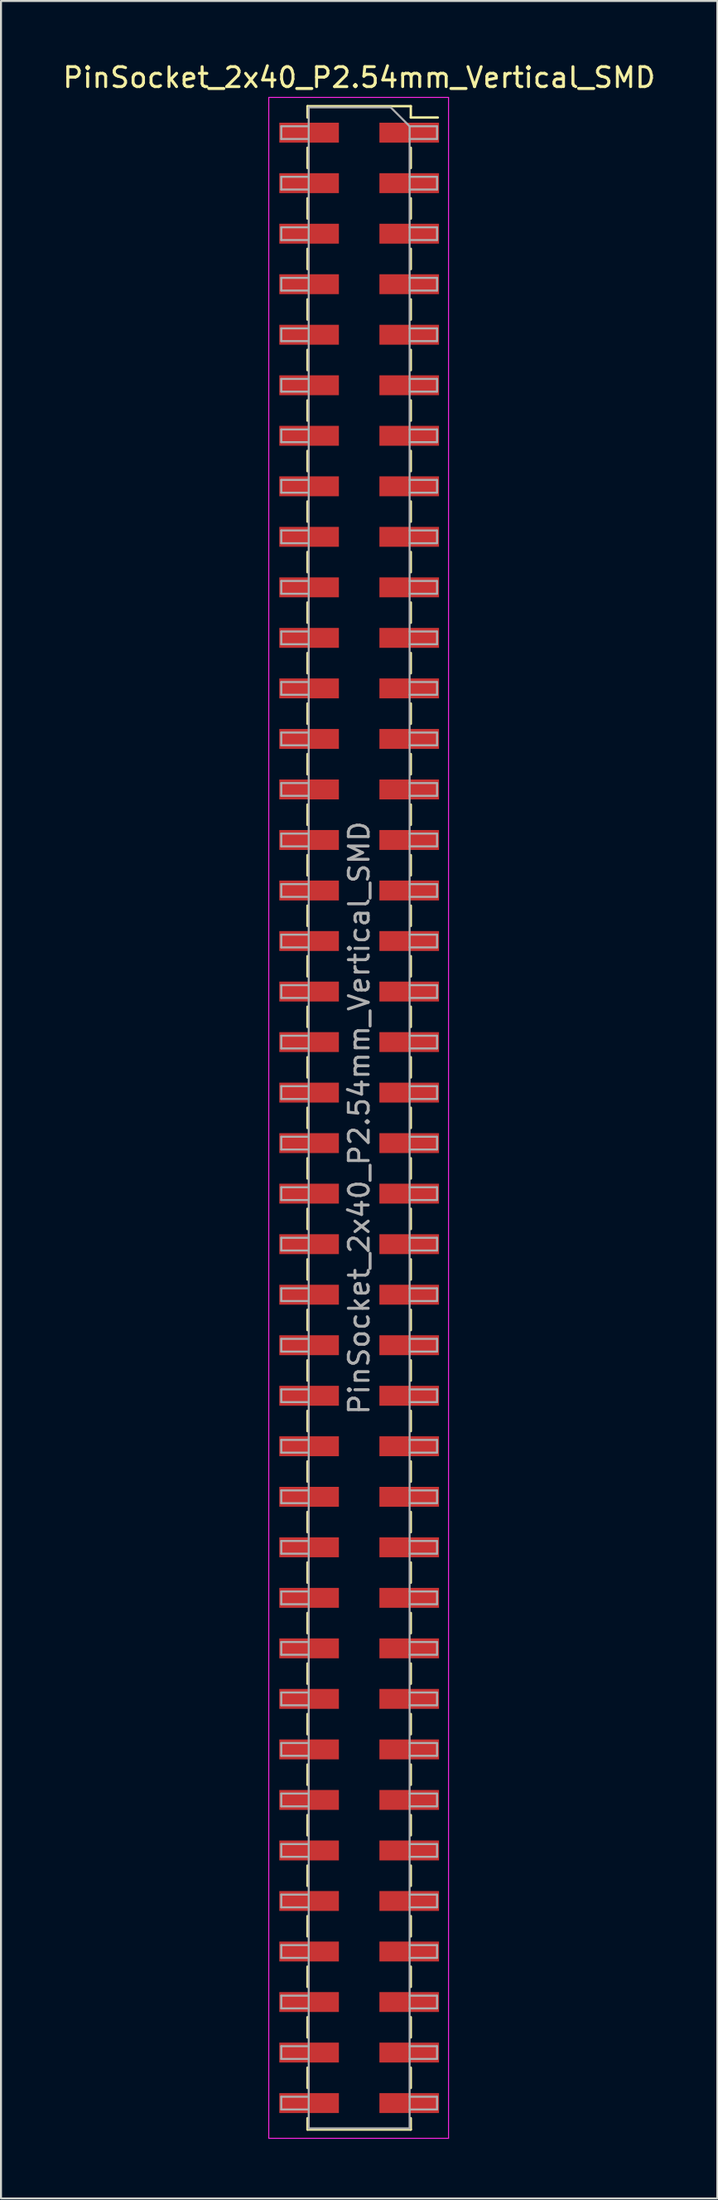
<source format=kicad_pcb>
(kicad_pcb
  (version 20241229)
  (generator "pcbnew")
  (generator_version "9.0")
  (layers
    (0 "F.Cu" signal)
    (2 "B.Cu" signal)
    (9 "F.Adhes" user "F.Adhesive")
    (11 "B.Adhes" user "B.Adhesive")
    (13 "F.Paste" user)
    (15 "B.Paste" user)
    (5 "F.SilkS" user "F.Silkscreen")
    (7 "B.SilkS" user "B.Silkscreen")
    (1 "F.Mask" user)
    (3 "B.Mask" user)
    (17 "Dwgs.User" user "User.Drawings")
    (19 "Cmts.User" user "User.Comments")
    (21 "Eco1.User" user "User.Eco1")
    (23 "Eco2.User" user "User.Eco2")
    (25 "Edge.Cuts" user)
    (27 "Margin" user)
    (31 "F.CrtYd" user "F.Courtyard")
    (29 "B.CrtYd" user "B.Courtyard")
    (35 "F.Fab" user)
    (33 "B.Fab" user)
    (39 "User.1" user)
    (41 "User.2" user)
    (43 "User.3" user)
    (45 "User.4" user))
  (footprint "PinSocket_2x40_P2.54mm_Vertical_SMD"
    (layer "F.Cu")
    (at 15.03 53.148)
    (property "Reference" "PinSocket_2x40_P2.54mm_Vertical_SMD" (at 0 -52.3 0) (layer "F.SilkS") (effects (font (size 1 1) (thickness 0.15))))
    (attr smd)
    (fp_line (start -2.6 -50.86) (end -2.6 -50.29) (stroke (width 0.12) (type solid)) (layer "F.SilkS"))
    (fp_line (start -2.6 -50.86) (end 2.6 -50.86) (stroke (width 0.12) (type solid)) (layer "F.SilkS"))
    (fp_line (start -2.6 -48.77) (end -2.6 -47.75) (stroke (width 0.12) (type solid)) (layer "F.SilkS"))
    (fp_line (start -2.6 -46.23) (end -2.6 -45.21) (stroke (width 0.12) (type solid)) (layer "F.SilkS"))
    (fp_line (start -2.6 -43.69) (end -2.6 -42.67) (stroke (width 0.12) (type solid)) (layer "F.SilkS"))
    (fp_line (start -2.6 -41.15) (end -2.6 -40.13) (stroke (width 0.12) (type solid)) (layer "F.SilkS"))
    (fp_line (start -2.6 -38.61) (end -2.6 -37.59) (stroke (width 0.12) (type solid)) (layer "F.SilkS"))
    (fp_line (start -2.6 -36.07) (end -2.6 -35.05) (stroke (width 0.12) (type solid)) (layer "F.SilkS"))
    (fp_line (start -2.6 -33.53) (end -2.6 -32.51) (stroke (width 0.12) (type solid)) (layer "F.SilkS"))
    (fp_line (start -2.6 -30.99) (end -2.6 -29.97) (stroke (width 0.12) (type solid)) (layer "F.SilkS"))
    (fp_line (start -2.6 -28.45) (end -2.6 -27.43) (stroke (width 0.12) (type solid)) (layer "F.SilkS"))
    (fp_line (start -2.6 -25.91) (end -2.6 -24.89) (stroke (width 0.12) (type solid)) (layer "F.SilkS"))
    (fp_line (start -2.6 -23.37) (end -2.6 -22.35) (stroke (width 0.12) (type solid)) (layer "F.SilkS"))
    (fp_line (start -2.6 -20.83) (end -2.6 -19.81) (stroke (width 0.12) (type solid)) (layer "F.SilkS"))
    (fp_line (start -2.6 -18.29) (end -2.6 -17.27) (stroke (width 0.12) (type solid)) (layer "F.SilkS"))
    (fp_line (start -2.6 -15.75) (end -2.6 -14.73) (stroke (width 0.12) (type solid)) (layer "F.SilkS"))
    (fp_line (start -2.6 -13.21) (end -2.6 -12.19) (stroke (width 0.12) (type solid)) (layer "F.SilkS"))
    (fp_line (start -2.6 -10.67) (end -2.6 -9.65) (stroke (width 0.12) (type solid)) (layer "F.SilkS"))
    (fp_line (start -2.6 -8.13) (end -2.6 -7.11) (stroke (width 0.12) (type solid)) (layer "F.SilkS"))
    (fp_line (start -2.6 -5.59) (end -2.6 -4.57) (stroke (width 0.12) (type solid)) (layer "F.SilkS"))
    (fp_line (start -2.6 -3.05) (end -2.6 -2.03) (stroke (width 0.12) (type solid)) (layer "F.SilkS"))
    (fp_line (start -2.6 -0.51) (end -2.6 0.51) (stroke (width 0.12) (type solid)) (layer "F.SilkS"))
    (fp_line (start -2.6 2.03) (end -2.6 3.05) (stroke (width 0.12) (type solid)) (layer "F.SilkS"))
    (fp_line (start -2.6 4.57) (end -2.6 5.59) (stroke (width 0.12) (type solid)) (layer "F.SilkS"))
    (fp_line (start -2.6 7.11) (end -2.6 8.13) (stroke (width 0.12) (type solid)) (layer "F.SilkS"))
    (fp_line (start -2.6 9.65) (end -2.6 10.67) (stroke (width 0.12) (type solid)) (layer "F.SilkS"))
    (fp_line (start -2.6 12.19) (end -2.6 13.21) (stroke (width 0.12) (type solid)) (layer "F.SilkS"))
    (fp_line (start -2.6 14.73) (end -2.6 15.75) (stroke (width 0.12) (type solid)) (layer "F.SilkS"))
    (fp_line (start -2.6 17.27) (end -2.6 18.29) (stroke (width 0.12) (type solid)) (layer "F.SilkS"))
    (fp_line (start -2.6 19.81) (end -2.6 20.83) (stroke (width 0.12) (type solid)) (layer "F.SilkS"))
    (fp_line (start -2.6 22.35) (end -2.6 23.37) (stroke (width 0.12) (type solid)) (layer "F.SilkS"))
    (fp_line (start -2.6 24.89) (end -2.6 25.91) (stroke (width 0.12) (type solid)) (layer "F.SilkS"))
    (fp_line (start -2.6 27.43) (end -2.6 28.45) (stroke (width 0.12) (type solid)) (layer "F.SilkS"))
    (fp_line (start -2.6 29.97) (end -2.6 30.99) (stroke (width 0.12) (type solid)) (layer "F.SilkS"))
    (fp_line (start -2.6 32.51) (end -2.6 33.53) (stroke (width 0.12) (type solid)) (layer "F.SilkS"))
    (fp_line (start -2.6 35.05) (end -2.6 36.07) (stroke (width 0.12) (type solid)) (layer "F.SilkS"))
    (fp_line (start -2.6 37.59) (end -2.6 38.61) (stroke (width 0.12) (type solid)) (layer "F.SilkS"))
    (fp_line (start -2.6 40.13) (end -2.6 41.15) (stroke (width 0.12) (type solid)) (layer "F.SilkS"))
    (fp_line (start -2.6 42.67) (end -2.6 43.69) (stroke (width 0.12) (type solid)) (layer "F.SilkS"))
    (fp_line (start -2.6 45.21) (end -2.6 46.23) (stroke (width 0.12) (type solid)) (layer "F.SilkS"))
    (fp_line (start -2.6 47.75) (end -2.6 48.77) (stroke (width 0.12) (type solid)) (layer "F.SilkS"))
    (fp_line (start -2.6 50.29) (end -2.6 50.86) (stroke (width 0.12) (type solid)) (layer "F.SilkS"))
    (fp_line (start -2.6 50.86) (end 2.6 50.86) (stroke (width 0.12) (type solid)) (layer "F.SilkS"))
    (fp_line (start 2.6 -50.86) (end 2.6 -50.29) (stroke (width 0.12) (type solid)) (layer "F.SilkS"))
    (fp_line (start 2.6 -50.29) (end 3.96 -50.29) (stroke (width 0.12) (type solid)) (layer "F.SilkS"))
    (fp_line (start 2.6 -48.77) (end 2.6 -47.75) (stroke (width 0.12) (type solid)) (layer "F.SilkS"))
    (fp_line (start 2.6 -46.23) (end 2.6 -45.21) (stroke (width 0.12) (type solid)) (layer "F.SilkS"))
    (fp_line (start 2.6 -43.69) (end 2.6 -42.67) (stroke (width 0.12) (type solid)) (layer "F.SilkS"))
    (fp_line (start 2.6 -41.15) (end 2.6 -40.13) (stroke (width 0.12) (type solid)) (layer "F.SilkS"))
    (fp_line (start 2.6 -38.61) (end 2.6 -37.59) (stroke (width 0.12) (type solid)) (layer "F.SilkS"))
    (fp_line (start 2.6 -36.07) (end 2.6 -35.05) (stroke (width 0.12) (type solid)) (layer "F.SilkS"))
    (fp_line (start 2.6 -33.53) (end 2.6 -32.51) (stroke (width 0.12) (type solid)) (layer "F.SilkS"))
    (fp_line (start 2.6 -30.99) (end 2.6 -29.97) (stroke (width 0.12) (type solid)) (layer "F.SilkS"))
    (fp_line (start 2.6 -28.45) (end 2.6 -27.43) (stroke (width 0.12) (type solid)) (layer "F.SilkS"))
    (fp_line (start 2.6 -25.91) (end 2.6 -24.89) (stroke (width 0.12) (type solid)) (layer "F.SilkS"))
    (fp_line (start 2.6 -23.37) (end 2.6 -22.35) (stroke (width 0.12) (type solid)) (layer "F.SilkS"))
    (fp_line (start 2.6 -20.83) (end 2.6 -19.81) (stroke (width 0.12) (type solid)) (layer "F.SilkS"))
    (fp_line (start 2.6 -18.29) (end 2.6 -17.27) (stroke (width 0.12) (type solid)) (layer "F.SilkS"))
    (fp_line (start 2.6 -15.75) (end 2.6 -14.73) (stroke (width 0.12) (type solid)) (layer "F.SilkS"))
    (fp_line (start 2.6 -13.21) (end 2.6 -12.19) (stroke (width 0.12) (type solid)) (layer "F.SilkS"))
    (fp_line (start 2.6 -10.67) (end 2.6 -9.65) (stroke (width 0.12) (type solid)) (layer "F.SilkS"))
    (fp_line (start 2.6 -8.13) (end 2.6 -7.11) (stroke (width 0.12) (type solid)) (layer "F.SilkS"))
    (fp_line (start 2.6 -5.59) (end 2.6 -4.57) (stroke (width 0.12) (type solid)) (layer "F.SilkS"))
    (fp_line (start 2.6 -3.05) (end 2.6 -2.03) (stroke (width 0.12) (type solid)) (layer "F.SilkS"))
    (fp_line (start 2.6 -0.51) (end 2.6 0.51) (stroke (width 0.12) (type solid)) (layer "F.SilkS"))
    (fp_line (start 2.6 2.03) (end 2.6 3.05) (stroke (width 0.12) (type solid)) (layer "F.SilkS"))
    (fp_line (start 2.6 4.57) (end 2.6 5.59) (stroke (width 0.12) (type solid)) (layer "F.SilkS"))
    (fp_line (start 2.6 7.11) (end 2.6 8.13) (stroke (width 0.12) (type solid)) (layer "F.SilkS"))
    (fp_line (start 2.6 9.65) (end 2.6 10.67) (stroke (width 0.12) (type solid)) (layer "F.SilkS"))
    (fp_line (start 2.6 12.19) (end 2.6 13.21) (stroke (width 0.12) (type solid)) (layer "F.SilkS"))
    (fp_line (start 2.6 14.73) (end 2.6 15.75) (stroke (width 0.12) (type solid)) (layer "F.SilkS"))
    (fp_line (start 2.6 17.27) (end 2.6 18.29) (stroke (width 0.12) (type solid)) (layer "F.SilkS"))
    (fp_line (start 2.6 19.81) (end 2.6 20.83) (stroke (width 0.12) (type solid)) (layer "F.SilkS"))
    (fp_line (start 2.6 22.35) (end 2.6 23.37) (stroke (width 0.12) (type solid)) (layer "F.SilkS"))
    (fp_line (start 2.6 24.89) (end 2.6 25.91) (stroke (width 0.12) (type solid)) (layer "F.SilkS"))
    (fp_line (start 2.6 27.43) (end 2.6 28.45) (stroke (width 0.12) (type solid)) (layer "F.SilkS"))
    (fp_line (start 2.6 29.97) (end 2.6 30.99) (stroke (width 0.12) (type solid)) (layer "F.SilkS"))
    (fp_line (start 2.6 32.51) (end 2.6 33.53) (stroke (width 0.12) (type solid)) (layer "F.SilkS"))
    (fp_line (start 2.6 35.05) (end 2.6 36.07) (stroke (width 0.12) (type solid)) (layer "F.SilkS"))
    (fp_line (start 2.6 37.59) (end 2.6 38.61) (stroke (width 0.12) (type solid)) (layer "F.SilkS"))
    (fp_line (start 2.6 40.13) (end 2.6 41.15) (stroke (width 0.12) (type solid)) (layer "F.SilkS"))
    (fp_line (start 2.6 42.67) (end 2.6 43.69) (stroke (width 0.12) (type solid)) (layer "F.SilkS"))
    (fp_line (start 2.6 45.21) (end 2.6 46.23) (stroke (width 0.12) (type solid)) (layer "F.SilkS"))
    (fp_line (start 2.6 47.75) (end 2.6 48.77) (stroke (width 0.12) (type solid)) (layer "F.SilkS"))
    (fp_line (start 2.6 50.29) (end 2.6 50.86) (stroke (width 0.12) (type solid)) (layer "F.SilkS"))
    (fp_line (start -4.55 -51.3) (end 4.5 -51.3) (stroke (width 0.05) (type solid)) (layer "F.CrtYd"))
    (fp_line (start -4.55 51.3) (end -4.55 -51.3) (stroke (width 0.05) (type solid)) (layer "F.CrtYd"))
    (fp_line (start 4.5 -51.3) (end 4.5 51.3) (stroke (width 0.05) (type solid)) (layer "F.CrtYd"))
    (fp_line (start 4.5 51.3) (end -4.55 51.3) (stroke (width 0.05) (type solid)) (layer "F.CrtYd"))
    (fp_line (start -3.92 -49.85) (end -2.54 -49.85) (stroke (width 0.1) (type solid)) (layer "F.Fab"))
    (fp_line (start -3.92 -49.21) (end -3.92 -49.85) (stroke (width 0.1) (type solid)) (layer "F.Fab"))
    (fp_line (start -3.92 -47.31) (end -2.54 -47.31) (stroke (width 0.1) (type solid)) (layer "F.Fab"))
    (fp_line (start -3.92 -46.67) (end -3.92 -47.31) (stroke (width 0.1) (type solid)) (layer "F.Fab"))
    (fp_line (start -3.92 -44.77) (end -2.54 -44.77) (stroke (width 0.1) (type solid)) (layer "F.Fab"))
    (fp_line (start -3.92 -44.13) (end -3.92 -44.77) (stroke (width 0.1) (type solid)) (layer "F.Fab"))
    (fp_line (start -3.92 -42.23) (end -2.54 -42.23) (stroke (width 0.1) (type solid)) (layer "F.Fab"))
    (fp_line (start -3.92 -41.59) (end -3.92 -42.23) (stroke (width 0.1) (type solid)) (layer "F.Fab"))
    (fp_line (start -3.92 -39.69) (end -2.54 -39.69) (stroke (width 0.1) (type solid)) (layer "F.Fab"))
    (fp_line (start -3.92 -39.05) (end -3.92 -39.69) (stroke (width 0.1) (type solid)) (layer "F.Fab"))
    (fp_line (start -3.92 -37.15) (end -2.54 -37.15) (stroke (width 0.1) (type solid)) (layer "F.Fab"))
    (fp_line (start -3.92 -36.51) (end -3.92 -37.15) (stroke (width 0.1) (type solid)) (layer "F.Fab"))
    (fp_line (start -3.92 -34.61) (end -2.54 -34.61) (stroke (width 0.1) (type solid)) (layer "F.Fab"))
    (fp_line (start -3.92 -33.97) (end -3.92 -34.61) (stroke (width 0.1) (type solid)) (layer "F.Fab"))
    (fp_line (start -3.92 -32.07) (end -2.54 -32.07) (stroke (width 0.1) (type solid)) (layer "F.Fab"))
    (fp_line (start -3.92 -31.43) (end -3.92 -32.07) (stroke (width 0.1) (type solid)) (layer "F.Fab"))
    (fp_line (start -3.92 -29.53) (end -2.54 -29.53) (stroke (width 0.1) (type solid)) (layer "F.Fab"))
    (fp_line (start -3.92 -28.89) (end -3.92 -29.53) (stroke (width 0.1) (type solid)) (layer "F.Fab"))
    (fp_line (start -3.92 -26.99) (end -2.54 -26.99) (stroke (width 0.1) (type solid)) (layer "F.Fab"))
    (fp_line (start -3.92 -26.35) (end -3.92 -26.99) (stroke (width 0.1) (type solid)) (layer "F.Fab"))
    (fp_line (start -3.92 -24.45) (end -2.54 -24.45) (stroke (width 0.1) (type solid)) (layer "F.Fab"))
    (fp_line (start -3.92 -23.81) (end -3.92 -24.45) (stroke (width 0.1) (type solid)) (layer "F.Fab"))
    (fp_line (start -3.92 -21.91) (end -2.54 -21.91) (stroke (width 0.1) (type solid)) (layer "F.Fab"))
    (fp_line (start -3.92 -21.27) (end -3.92 -21.91) (stroke (width 0.1) (type solid)) (layer "F.Fab"))
    (fp_line (start -3.92 -19.37) (end -2.54 -19.37) (stroke (width 0.1) (type solid)) (layer "F.Fab"))
    (fp_line (start -3.92 -18.73) (end -3.92 -19.37) (stroke (width 0.1) (type solid)) (layer "F.Fab"))
    (fp_line (start -3.92 -16.83) (end -2.54 -16.83) (stroke (width 0.1) (type solid)) (layer "F.Fab"))
    (fp_line (start -3.92 -16.19) (end -3.92 -16.83) (stroke (width 0.1) (type solid)) (layer "F.Fab"))
    (fp_line (start -3.92 -14.29) (end -2.54 -14.29) (stroke (width 0.1) (type solid)) (layer "F.Fab"))
    (fp_line (start -3.92 -13.65) (end -3.92 -14.29) (stroke (width 0.1) (type solid)) (layer "F.Fab"))
    (fp_line (start -3.92 -11.75) (end -2.54 -11.75) (stroke (width 0.1) (type solid)) (layer "F.Fab"))
    (fp_line (start -3.92 -11.11) (end -3.92 -11.75) (stroke (width 0.1) (type solid)) (layer "F.Fab"))
    (fp_line (start -3.92 -9.21) (end -2.54 -9.21) (stroke (width 0.1) (type solid)) (layer "F.Fab"))
    (fp_line (start -3.92 -8.57) (end -3.92 -9.21) (stroke (width 0.1) (type solid)) (layer "F.Fab"))
    (fp_line (start -3.92 -6.67) (end -2.54 -6.67) (stroke (width 0.1) (type solid)) (layer "F.Fab"))
    (fp_line (start -3.92 -6.03) (end -3.92 -6.67) (stroke (width 0.1) (type solid)) (layer "F.Fab"))
    (fp_line (start -3.92 -4.13) (end -2.54 -4.13) (stroke (width 0.1) (type solid)) (layer "F.Fab"))
    (fp_line (start -3.92 -3.49) (end -3.92 -4.13) (stroke (width 0.1) (type solid)) (layer "F.Fab"))
    (fp_line (start -3.92 -1.59) (end -2.54 -1.59) (stroke (width 0.1) (type solid)) (layer "F.Fab"))
    (fp_line (start -3.92 -0.95) (end -3.92 -1.59) (stroke (width 0.1) (type solid)) (layer "F.Fab"))
    (fp_line (start -3.92 0.95) (end -2.54 0.95) (stroke (width 0.1) (type solid)) (layer "F.Fab"))
    (fp_line (start -3.92 1.59) (end -3.92 0.95) (stroke (width 0.1) (type solid)) (layer "F.Fab"))
    (fp_line (start -3.92 3.49) (end -2.54 3.49) (stroke (width 0.1) (type solid)) (layer "F.Fab"))
    (fp_line (start -3.92 4.13) (end -3.92 3.49) (stroke (width 0.1) (type solid)) (layer "F.Fab"))
    (fp_line (start -3.92 6.03) (end -2.54 6.03) (stroke (width 0.1) (type solid)) (layer "F.Fab"))
    (fp_line (start -3.92 6.67) (end -3.92 6.03) (stroke (width 0.1) (type solid)) (layer "F.Fab"))
    (fp_line (start -3.92 8.57) (end -2.54 8.57) (stroke (width 0.1) (type solid)) (layer "F.Fab"))
    (fp_line (start -3.92 9.21) (end -3.92 8.57) (stroke (width 0.1) (type solid)) (layer "F.Fab"))
    (fp_line (start -3.92 11.11) (end -2.54 11.11) (stroke (width 0.1) (type solid)) (layer "F.Fab"))
    (fp_line (start -3.92 11.75) (end -3.92 11.11) (stroke (width 0.1) (type solid)) (layer "F.Fab"))
    (fp_line (start -3.92 13.65) (end -2.54 13.65) (stroke (width 0.1) (type solid)) (layer "F.Fab"))
    (fp_line (start -3.92 14.29) (end -3.92 13.65) (stroke (width 0.1) (type solid)) (layer "F.Fab"))
    (fp_line (start -3.92 16.19) (end -2.54 16.19) (stroke (width 0.1) (type solid)) (layer "F.Fab"))
    (fp_line (start -3.92 16.83) (end -3.92 16.19) (stroke (width 0.1) (type solid)) (layer "F.Fab"))
    (fp_line (start -3.92 18.73) (end -2.54 18.73) (stroke (width 0.1) (type solid)) (layer "F.Fab"))
    (fp_line (start -3.92 19.37) (end -3.92 18.73) (stroke (width 0.1) (type solid)) (layer "F.Fab"))
    (fp_line (start -3.92 21.27) (end -2.54 21.27) (stroke (width 0.1) (type solid)) (layer "F.Fab"))
    (fp_line (start -3.92 21.91) (end -3.92 21.27) (stroke (width 0.1) (type solid)) (layer "F.Fab"))
    (fp_line (start -3.92 23.81) (end -2.54 23.81) (stroke (width 0.1) (type solid)) (layer "F.Fab"))
    (fp_line (start -3.92 24.45) (end -3.92 23.81) (stroke (width 0.1) (type solid)) (layer "F.Fab"))
    (fp_line (start -3.92 26.35) (end -2.54 26.35) (stroke (width 0.1) (type solid)) (layer "F.Fab"))
    (fp_line (start -3.92 26.99) (end -3.92 26.35) (stroke (width 0.1) (type solid)) (layer "F.Fab"))
    (fp_line (start -3.92 28.89) (end -2.54 28.89) (stroke (width 0.1) (type solid)) (layer "F.Fab"))
    (fp_line (start -3.92 29.53) (end -3.92 28.89) (stroke (width 0.1) (type solid)) (layer "F.Fab"))
    (fp_line (start -3.92 31.43) (end -2.54 31.43) (stroke (width 0.1) (type solid)) (layer "F.Fab"))
    (fp_line (start -3.92 32.07) (end -3.92 31.43) (stroke (width 0.1) (type solid)) (layer "F.Fab"))
    (fp_line (start -3.92 33.97) (end -2.54 33.97) (stroke (width 0.1) (type solid)) (layer "F.Fab"))
    (fp_line (start -3.92 34.61) (end -3.92 33.97) (stroke (width 0.1) (type solid)) (layer "F.Fab"))
    (fp_line (start -3.92 36.51) (end -2.54 36.51) (stroke (width 0.1) (type solid)) (layer "F.Fab"))
    (fp_line (start -3.92 37.15) (end -3.92 36.51) (stroke (width 0.1) (type solid)) (layer "F.Fab"))
    (fp_line (start -3.92 39.05) (end -2.54 39.05) (stroke (width 0.1) (type solid)) (layer "F.Fab"))
    (fp_line (start -3.92 39.69) (end -3.92 39.05) (stroke (width 0.1) (type solid)) (layer "F.Fab"))
    (fp_line (start -3.92 41.59) (end -2.54 41.59) (stroke (width 0.1) (type solid)) (layer "F.Fab"))
    (fp_line (start -3.92 42.23) (end -3.92 41.59) (stroke (width 0.1) (type solid)) (layer "F.Fab"))
    (fp_line (start -3.92 44.13) (end -2.54 44.13) (stroke (width 0.1) (type solid)) (layer "F.Fab"))
    (fp_line (start -3.92 44.77) (end -3.92 44.13) (stroke (width 0.1) (type solid)) (layer "F.Fab"))
    (fp_line (start -3.92 46.67) (end -2.54 46.67) (stroke (width 0.1) (type solid)) (layer "F.Fab"))
    (fp_line (start -3.92 47.31) (end -3.92 46.67) (stroke (width 0.1) (type solid)) (layer "F.Fab"))
    (fp_line (start -3.92 49.21) (end -2.54 49.21) (stroke (width 0.1) (type solid)) (layer "F.Fab"))
    (fp_line (start -3.92 49.85) (end -3.92 49.21) (stroke (width 0.1) (type solid)) (layer "F.Fab"))
    (fp_line (start -2.54 -50.8) (end 1.59 -50.8) (stroke (width 0.1) (type solid)) (layer "F.Fab"))
    (fp_line (start -2.54 -49.21) (end -3.92 -49.21) (stroke (width 0.1) (type solid)) (layer "F.Fab"))
    (fp_line (start -2.54 -46.67) (end -3.92 -46.67) (stroke (width 0.1) (type solid)) (layer "F.Fab"))
    (fp_line (start -2.54 -44.13) (end -3.92 -44.13) (stroke (width 0.1) (type solid)) (layer "F.Fab"))
    (fp_line (start -2.54 -41.59) (end -3.92 -41.59) (stroke (width 0.1) (type solid)) (layer "F.Fab"))
    (fp_line (start -2.54 -39.05) (end -3.92 -39.05) (stroke (width 0.1) (type solid)) (layer "F.Fab"))
    (fp_line (start -2.54 -36.51) (end -3.92 -36.51) (stroke (width 0.1) (type solid)) (layer "F.Fab"))
    (fp_line (start -2.54 -33.97) (end -3.92 -33.97) (stroke (width 0.1) (type solid)) (layer "F.Fab"))
    (fp_line (start -2.54 -31.43) (end -3.92 -31.43) (stroke (width 0.1) (type solid)) (layer "F.Fab"))
    (fp_line (start -2.54 -28.89) (end -3.92 -28.89) (stroke (width 0.1) (type solid)) (layer "F.Fab"))
    (fp_line (start -2.54 -26.35) (end -3.92 -26.35) (stroke (width 0.1) (type solid)) (layer "F.Fab"))
    (fp_line (start -2.54 -23.81) (end -3.92 -23.81) (stroke (width 0.1) (type solid)) (layer "F.Fab"))
    (fp_line (start -2.54 -21.27) (end -3.92 -21.27) (stroke (width 0.1) (type solid)) (layer "F.Fab"))
    (fp_line (start -2.54 -18.73) (end -3.92 -18.73) (stroke (width 0.1) (type solid)) (layer "F.Fab"))
    (fp_line (start -2.54 -16.19) (end -3.92 -16.19) (stroke (width 0.1) (type solid)) (layer "F.Fab"))
    (fp_line (start -2.54 -13.65) (end -3.92 -13.65) (stroke (width 0.1) (type solid)) (layer "F.Fab"))
    (fp_line (start -2.54 -11.11) (end -3.92 -11.11) (stroke (width 0.1) (type solid)) (layer "F.Fab"))
    (fp_line (start -2.54 -8.57) (end -3.92 -8.57) (stroke (width 0.1) (type solid)) (layer "F.Fab"))
    (fp_line (start -2.54 -6.03) (end -3.92 -6.03) (stroke (width 0.1) (type solid)) (layer "F.Fab"))
    (fp_line (start -2.54 -3.49) (end -3.92 -3.49) (stroke (width 0.1) (type solid)) (layer "F.Fab"))
    (fp_line (start -2.54 -0.95) (end -3.92 -0.95) (stroke (width 0.1) (type solid)) (layer "F.Fab"))
    (fp_line (start -2.54 1.59) (end -3.92 1.59) (stroke (width 0.1) (type solid)) (layer "F.Fab"))
    (fp_line (start -2.54 4.13) (end -3.92 4.13) (stroke (width 0.1) (type solid)) (layer "F.Fab"))
    (fp_line (start -2.54 6.67) (end -3.92 6.67) (stroke (width 0.1) (type solid)) (layer "F.Fab"))
    (fp_line (start -2.54 9.21) (end -3.92 9.21) (stroke (width 0.1) (type solid)) (layer "F.Fab"))
    (fp_line (start -2.54 11.75) (end -3.92 11.75) (stroke (width 0.1) (type solid)) (layer "F.Fab"))
    (fp_line (start -2.54 14.29) (end -3.92 14.29) (stroke (width 0.1) (type solid)) (layer "F.Fab"))
    (fp_line (start -2.54 16.83) (end -3.92 16.83) (stroke (width 0.1) (type solid)) (layer "F.Fab"))
    (fp_line (start -2.54 19.37) (end -3.92 19.37) (stroke (width 0.1) (type solid)) (layer "F.Fab"))
    (fp_line (start -2.54 21.91) (end -3.92 21.91) (stroke (width 0.1) (type solid)) (layer "F.Fab"))
    (fp_line (start -2.54 24.45) (end -3.92 24.45) (stroke (width 0.1) (type solid)) (layer "F.Fab"))
    (fp_line (start -2.54 26.99) (end -3.92 26.99) (stroke (width 0.1) (type solid)) (layer "F.Fab"))
    (fp_line (start -2.54 29.53) (end -3.92 29.53) (stroke (width 0.1) (type solid)) (layer "F.Fab"))
    (fp_line (start -2.54 32.07) (end -3.92 32.07) (stroke (width 0.1) (type solid)) (layer "F.Fab"))
    (fp_line (start -2.54 34.61) (end -3.92 34.61) (stroke (width 0.1) (type solid)) (layer "F.Fab"))
    (fp_line (start -2.54 37.15) (end -3.92 37.15) (stroke (width 0.1) (type solid)) (layer "F.Fab"))
    (fp_line (start -2.54 39.69) (end -3.92 39.69) (stroke (width 0.1) (type solid)) (layer "F.Fab"))
    (fp_line (start -2.54 42.23) (end -3.92 42.23) (stroke (width 0.1) (type solid)) (layer "F.Fab"))
    (fp_line (start -2.54 44.77) (end -3.92 44.77) (stroke (width 0.1) (type solid)) (layer "F.Fab"))
    (fp_line (start -2.54 47.31) (end -3.92 47.31) (stroke (width 0.1) (type solid)) (layer "F.Fab"))
    (fp_line (start -2.54 49.85) (end -3.92 49.85) (stroke (width 0.1) (type solid)) (layer "F.Fab"))
    (fp_line (start -2.54 50.8) (end -2.54 -50.8) (stroke (width 0.1) (type solid)) (layer "F.Fab"))
    (fp_line (start 1.59 -50.8) (end 2.54 -49.85) (stroke (width 0.1) (type solid)) (layer "F.Fab"))
    (fp_line (start 2.54 -49.85) (end 2.54 50.8) (stroke (width 0.1) (type solid)) (layer "F.Fab"))
    (fp_line (start 2.54 -49.85) (end 3.92 -49.85) (stroke (width 0.1) (type solid)) (layer "F.Fab"))
    (fp_line (start 2.54 -47.31) (end 3.92 -47.31) (stroke (width 0.1) (type solid)) (layer "F.Fab"))
    (fp_line (start 2.54 -44.77) (end 3.92 -44.77) (stroke (width 0.1) (type solid)) (layer "F.Fab"))
    (fp_line (start 2.54 -42.23) (end 3.92 -42.23) (stroke (width 0.1) (type solid)) (layer "F.Fab"))
    (fp_line (start 2.54 -39.69) (end 3.92 -39.69) (stroke (width 0.1) (type solid)) (layer "F.Fab"))
    (fp_line (start 2.54 -37.15) (end 3.92 -37.15) (stroke (width 0.1) (type solid)) (layer "F.Fab"))
    (fp_line (start 2.54 -34.61) (end 3.92 -34.61) (stroke (width 0.1) (type solid)) (layer "F.Fab"))
    (fp_line (start 2.54 -32.07) (end 3.92 -32.07) (stroke (width 0.1) (type solid)) (layer "F.Fab"))
    (fp_line (start 2.54 -29.53) (end 3.92 -29.53) (stroke (width 0.1) (type solid)) (layer "F.Fab"))
    (fp_line (start 2.54 -26.99) (end 3.92 -26.99) (stroke (width 0.1) (type solid)) (layer "F.Fab"))
    (fp_line (start 2.54 -24.45) (end 3.92 -24.45) (stroke (width 0.1) (type solid)) (layer "F.Fab"))
    (fp_line (start 2.54 -21.91) (end 3.92 -21.91) (stroke (width 0.1) (type solid)) (layer "F.Fab"))
    (fp_line (start 2.54 -19.37) (end 3.92 -19.37) (stroke (width 0.1) (type solid)) (layer "F.Fab"))
    (fp_line (start 2.54 -16.83) (end 3.92 -16.83) (stroke (width 0.1) (type solid)) (layer "F.Fab"))
    (fp_line (start 2.54 -14.29) (end 3.92 -14.29) (stroke (width 0.1) (type solid)) (layer "F.Fab"))
    (fp_line (start 2.54 -11.75) (end 3.92 -11.75) (stroke (width 0.1) (type solid)) (layer "F.Fab"))
    (fp_line (start 2.54 -9.21) (end 3.92 -9.21) (stroke (width 0.1) (type solid)) (layer "F.Fab"))
    (fp_line (start 2.54 -6.67) (end 3.92 -6.67) (stroke (width 0.1) (type solid)) (layer "F.Fab"))
    (fp_line (start 2.54 -4.13) (end 3.92 -4.13) (stroke (width 0.1) (type solid)) (layer "F.Fab"))
    (fp_line (start 2.54 -1.59) (end 3.92 -1.59) (stroke (width 0.1) (type solid)) (layer "F.Fab"))
    (fp_line (start 2.54 0.95) (end 3.92 0.95) (stroke (width 0.1) (type solid)) (layer "F.Fab"))
    (fp_line (start 2.54 3.49) (end 3.92 3.49) (stroke (width 0.1) (type solid)) (layer "F.Fab"))
    (fp_line (start 2.54 6.03) (end 3.92 6.03) (stroke (width 0.1) (type solid)) (layer "F.Fab"))
    (fp_line (start 2.54 8.57) (end 3.92 8.57) (stroke (width 0.1) (type solid)) (layer "F.Fab"))
    (fp_line (start 2.54 11.11) (end 3.92 11.11) (stroke (width 0.1) (type solid)) (layer "F.Fab"))
    (fp_line (start 2.54 13.65) (end 3.92 13.65) (stroke (width 0.1) (type solid)) (layer "F.Fab"))
    (fp_line (start 2.54 16.19) (end 3.92 16.19) (stroke (width 0.1) (type solid)) (layer "F.Fab"))
    (fp_line (start 2.54 18.73) (end 3.92 18.73) (stroke (width 0.1) (type solid)) (layer "F.Fab"))
    (fp_line (start 2.54 21.27) (end 3.92 21.27) (stroke (width 0.1) (type solid)) (layer "F.Fab"))
    (fp_line (start 2.54 23.81) (end 3.92 23.81) (stroke (width 0.1) (type solid)) (layer "F.Fab"))
    (fp_line (start 2.54 26.35) (end 3.92 26.35) (stroke (width 0.1) (type solid)) (layer "F.Fab"))
    (fp_line (start 2.54 28.89) (end 3.92 28.89) (stroke (width 0.1) (type solid)) (layer "F.Fab"))
    (fp_line (start 2.54 31.43) (end 3.92 31.43) (stroke (width 0.1) (type solid)) (layer "F.Fab"))
    (fp_line (start 2.54 33.97) (end 3.92 33.97) (stroke (width 0.1) (type solid)) (layer "F.Fab"))
    (fp_line (start 2.54 36.51) (end 3.92 36.51) (stroke (width 0.1) (type solid)) (layer "F.Fab"))
    (fp_line (start 2.54 39.05) (end 3.92 39.05) (stroke (width 0.1) (type solid)) (layer "F.Fab"))
    (fp_line (start 2.54 41.59) (end 3.92 41.59) (stroke (width 0.1) (type solid)) (layer "F.Fab"))
    (fp_line (start 2.54 44.13) (end 3.92 44.13) (stroke (width 0.1) (type solid)) (layer "F.Fab"))
    (fp_line (start 2.54 46.67) (end 3.92 46.67) (stroke (width 0.1) (type solid)) (layer "F.Fab"))
    (fp_line (start 2.54 49.21) (end 3.92 49.21) (stroke (width 0.1) (type solid)) (layer "F.Fab"))
    (fp_line (start 2.54 50.8) (end -2.54 50.8) (stroke (width 0.1) (type solid)) (layer "F.Fab"))
    (fp_line (start 3.92 -49.85) (end 3.92 -49.21) (stroke (width 0.1) (type solid)) (layer "F.Fab"))
    (fp_line (start 3.92 -49.21) (end 2.54 -49.21) (stroke (width 0.1) (type solid)) (layer "F.Fab"))
    (fp_line (start 3.92 -47.31) (end 3.92 -46.67) (stroke (width 0.1) (type solid)) (layer "F.Fab"))
    (fp_line (start 3.92 -46.67) (end 2.54 -46.67) (stroke (width 0.1) (type solid)) (layer "F.Fab"))
    (fp_line (start 3.92 -44.77) (end 3.92 -44.13) (stroke (width 0.1) (type solid)) (layer "F.Fab"))
    (fp_line (start 3.92 -44.13) (end 2.54 -44.13) (stroke (width 0.1) (type solid)) (layer "F.Fab"))
    (fp_line (start 3.92 -42.23) (end 3.92 -41.59) (stroke (width 0.1) (type solid)) (layer "F.Fab"))
    (fp_line (start 3.92 -41.59) (end 2.54 -41.59) (stroke (width 0.1) (type solid)) (layer "F.Fab"))
    (fp_line (start 3.92 -39.69) (end 3.92 -39.05) (stroke (width 0.1) (type solid)) (layer "F.Fab"))
    (fp_line (start 3.92 -39.05) (end 2.54 -39.05) (stroke (width 0.1) (type solid)) (layer "F.Fab"))
    (fp_line (start 3.92 -37.15) (end 3.92 -36.51) (stroke (width 0.1) (type solid)) (layer "F.Fab"))
    (fp_line (start 3.92 -36.51) (end 2.54 -36.51) (stroke (width 0.1) (type solid)) (layer "F.Fab"))
    (fp_line (start 3.92 -34.61) (end 3.92 -33.97) (stroke (width 0.1) (type solid)) (layer "F.Fab"))
    (fp_line (start 3.92 -33.97) (end 2.54 -33.97) (stroke (width 0.1) (type solid)) (layer "F.Fab"))
    (fp_line (start 3.92 -32.07) (end 3.92 -31.43) (stroke (width 0.1) (type solid)) (layer "F.Fab"))
    (fp_line (start 3.92 -31.43) (end 2.54 -31.43) (stroke (width 0.1) (type solid)) (layer "F.Fab"))
    (fp_line (start 3.92 -29.53) (end 3.92 -28.89) (stroke (width 0.1) (type solid)) (layer "F.Fab"))
    (fp_line (start 3.92 -28.89) (end 2.54 -28.89) (stroke (width 0.1) (type solid)) (layer "F.Fab"))
    (fp_line (start 3.92 -26.99) (end 3.92 -26.35) (stroke (width 0.1) (type solid)) (layer "F.Fab"))
    (fp_line (start 3.92 -26.35) (end 2.54 -26.35) (stroke (width 0.1) (type solid)) (layer "F.Fab"))
    (fp_line (start 3.92 -24.45) (end 3.92 -23.81) (stroke (width 0.1) (type solid)) (layer "F.Fab"))
    (fp_line (start 3.92 -23.81) (end 2.54 -23.81) (stroke (width 0.1) (type solid)) (layer "F.Fab"))
    (fp_line (start 3.92 -21.91) (end 3.92 -21.27) (stroke (width 0.1) (type solid)) (layer "F.Fab"))
    (fp_line (start 3.92 -21.27) (end 2.54 -21.27) (stroke (width 0.1) (type solid)) (layer "F.Fab"))
    (fp_line (start 3.92 -19.37) (end 3.92 -18.73) (stroke (width 0.1) (type solid)) (layer "F.Fab"))
    (fp_line (start 3.92 -18.73) (end 2.54 -18.73) (stroke (width 0.1) (type solid)) (layer "F.Fab"))
    (fp_line (start 3.92 -16.83) (end 3.92 -16.19) (stroke (width 0.1) (type solid)) (layer "F.Fab"))
    (fp_line (start 3.92 -16.19) (end 2.54 -16.19) (stroke (width 0.1) (type solid)) (layer "F.Fab"))
    (fp_line (start 3.92 -14.29) (end 3.92 -13.65) (stroke (width 0.1) (type solid)) (layer "F.Fab"))
    (fp_line (start 3.92 -13.65) (end 2.54 -13.65) (stroke (width 0.1) (type solid)) (layer "F.Fab"))
    (fp_line (start 3.92 -11.75) (end 3.92 -11.11) (stroke (width 0.1) (type solid)) (layer "F.Fab"))
    (fp_line (start 3.92 -11.11) (end 2.54 -11.11) (stroke (width 0.1) (type solid)) (layer "F.Fab"))
    (fp_line (start 3.92 -9.21) (end 3.92 -8.57) (stroke (width 0.1) (type solid)) (layer "F.Fab"))
    (fp_line (start 3.92 -8.57) (end 2.54 -8.57) (stroke (width 0.1) (type solid)) (layer "F.Fab"))
    (fp_line (start 3.92 -6.67) (end 3.92 -6.03) (stroke (width 0.1) (type solid)) (layer "F.Fab"))
    (fp_line (start 3.92 -6.03) (end 2.54 -6.03) (stroke (width 0.1) (type solid)) (layer "F.Fab"))
    (fp_line (start 3.92 -4.13) (end 3.92 -3.49) (stroke (width 0.1) (type solid)) (layer "F.Fab"))
    (fp_line (start 3.92 -3.49) (end 2.54 -3.49) (stroke (width 0.1) (type solid)) (layer "F.Fab"))
    (fp_line (start 3.92 -1.59) (end 3.92 -0.95) (stroke (width 0.1) (type solid)) (layer "F.Fab"))
    (fp_line (start 3.92 -0.95) (end 2.54 -0.95) (stroke (width 0.1) (type solid)) (layer "F.Fab"))
    (fp_line (start 3.92 0.95) (end 3.92 1.59) (stroke (width 0.1) (type solid)) (layer "F.Fab"))
    (fp_line (start 3.92 1.59) (end 2.54 1.59) (stroke (width 0.1) (type solid)) (layer "F.Fab"))
    (fp_line (start 3.92 3.49) (end 3.92 4.13) (stroke (width 0.1) (type solid)) (layer "F.Fab"))
    (fp_line (start 3.92 4.13) (end 2.54 4.13) (stroke (width 0.1) (type solid)) (layer "F.Fab"))
    (fp_line (start 3.92 6.03) (end 3.92 6.67) (stroke (width 0.1) (type solid)) (layer "F.Fab"))
    (fp_line (start 3.92 6.67) (end 2.54 6.67) (stroke (width 0.1) (type solid)) (layer "F.Fab"))
    (fp_line (start 3.92 8.57) (end 3.92 9.21) (stroke (width 0.1) (type solid)) (layer "F.Fab"))
    (fp_line (start 3.92 9.21) (end 2.54 9.21) (stroke (width 0.1) (type solid)) (layer "F.Fab"))
    (fp_line (start 3.92 11.11) (end 3.92 11.75) (stroke (width 0.1) (type solid)) (layer "F.Fab"))
    (fp_line (start 3.92 11.75) (end 2.54 11.75) (stroke (width 0.1) (type solid)) (layer "F.Fab"))
    (fp_line (start 3.92 13.65) (end 3.92 14.29) (stroke (width 0.1) (type solid)) (layer "F.Fab"))
    (fp_line (start 3.92 14.29) (end 2.54 14.29) (stroke (width 0.1) (type solid)) (layer "F.Fab"))
    (fp_line (start 3.92 16.19) (end 3.92 16.83) (stroke (width 0.1) (type solid)) (layer "F.Fab"))
    (fp_line (start 3.92 16.83) (end 2.54 16.83) (stroke (width 0.1) (type solid)) (layer "F.Fab"))
    (fp_line (start 3.92 18.73) (end 3.92 19.37) (stroke (width 0.1) (type solid)) (layer "F.Fab"))
    (fp_line (start 3.92 19.37) (end 2.54 19.37) (stroke (width 0.1) (type solid)) (layer "F.Fab"))
    (fp_line (start 3.92 21.27) (end 3.92 21.91) (stroke (width 0.1) (type solid)) (layer "F.Fab"))
    (fp_line (start 3.92 21.91) (end 2.54 21.91) (stroke (width 0.1) (type solid)) (layer "F.Fab"))
    (fp_line (start 3.92 23.81) (end 3.92 24.45) (stroke (width 0.1) (type solid)) (layer "F.Fab"))
    (fp_line (start 3.92 24.45) (end 2.54 24.45) (stroke (width 0.1) (type solid)) (layer "F.Fab"))
    (fp_line (start 3.92 26.35) (end 3.92 26.99) (stroke (width 0.1) (type solid)) (layer "F.Fab"))
    (fp_line (start 3.92 26.99) (end 2.54 26.99) (stroke (width 0.1) (type solid)) (layer "F.Fab"))
    (fp_line (start 3.92 28.89) (end 3.92 29.53) (stroke (width 0.1) (type solid)) (layer "F.Fab"))
    (fp_line (start 3.92 29.53) (end 2.54 29.53) (stroke (width 0.1) (type solid)) (layer "F.Fab"))
    (fp_line (start 3.92 31.43) (end 3.92 32.07) (stroke (width 0.1) (type solid)) (layer "F.Fab"))
    (fp_line (start 3.92 32.07) (end 2.54 32.07) (stroke (width 0.1) (type solid)) (layer "F.Fab"))
    (fp_line (start 3.92 33.97) (end 3.92 34.61) (stroke (width 0.1) (type solid)) (layer "F.Fab"))
    (fp_line (start 3.92 34.61) (end 2.54 34.61) (stroke (width 0.1) (type solid)) (layer "F.Fab"))
    (fp_line (start 3.92 36.51) (end 3.92 37.15) (stroke (width 0.1) (type solid)) (layer "F.Fab"))
    (fp_line (start 3.92 37.15) (end 2.54 37.15) (stroke (width 0.1) (type solid)) (layer "F.Fab"))
    (fp_line (start 3.92 39.05) (end 3.92 39.69) (stroke (width 0.1) (type solid)) (layer "F.Fab"))
    (fp_line (start 3.92 39.69) (end 2.54 39.69) (stroke (width 0.1) (type solid)) (layer "F.Fab"))
    (fp_line (start 3.92 41.59) (end 3.92 42.23) (stroke (width 0.1) (type solid)) (layer "F.Fab"))
    (fp_line (start 3.92 42.23) (end 2.54 42.23) (stroke (width 0.1) (type solid)) (layer "F.Fab"))
    (fp_line (start 3.92 44.13) (end 3.92 44.77) (stroke (width 0.1) (type solid)) (layer "F.Fab"))
    (fp_line (start 3.92 44.77) (end 2.54 44.77) (stroke (width 0.1) (type solid)) (layer "F.Fab"))
    (fp_line (start 3.92 46.67) (end 3.92 47.31) (stroke (width 0.1) (type solid)) (layer "F.Fab"))
    (fp_line (start 3.92 47.31) (end 2.54 47.31) (stroke (width 0.1) (type solid)) (layer "F.Fab"))
    (fp_line (start 3.92 49.21) (end 3.92 49.85) (stroke (width 0.1) (type solid)) (layer "F.Fab"))
    (fp_line (start 3.92 49.85) (end 2.54 49.85) (stroke (width 0.1) (type solid)) (layer "F.Fab"))
    (fp_text user "${REFERENCE}" (at 0 0 90) (layer "F.Fab") (effects (font (size 1 1) (thickness 0.15))))
    (pad "1" smd rect (at 2.52 -49.53) (size 3 1) (layers "F.Cu" "F.Mask" "F.Paste"))
    (pad "2" smd rect (at -2.52 -49.53) (size 3 1) (layers "F.Cu" "F.Mask" "F.Paste"))
    (pad "3" smd rect (at 2.52 -46.99) (size 3 1) (layers "F.Cu" "F.Mask" "F.Paste"))
    (pad "4" smd rect (at -2.52 -46.99) (size 3 1) (layers "F.Cu" "F.Mask" "F.Paste"))
    (pad "5" smd rect (at 2.52 -44.45) (size 3 1) (layers "F.Cu" "F.Mask" "F.Paste"))
    (pad "6" smd rect (at -2.52 -44.45) (size 3 1) (layers "F.Cu" "F.Mask" "F.Paste"))
    (pad "7" smd rect (at 2.52 -41.91) (size 3 1) (layers "F.Cu" "F.Mask" "F.Paste"))
    (pad "8" smd rect (at -2.52 -41.91) (size 3 1) (layers "F.Cu" "F.Mask" "F.Paste"))
    (pad "9" smd rect (at 2.52 -39.37) (size 3 1) (layers "F.Cu" "F.Mask" "F.Paste"))
    (pad "10" smd rect (at -2.52 -39.37) (size 3 1) (layers "F.Cu" "F.Mask" "F.Paste"))
    (pad "11" smd rect (at 2.52 -36.83) (size 3 1) (layers "F.Cu" "F.Mask" "F.Paste"))
    (pad "12" smd rect (at -2.52 -36.83) (size 3 1) (layers "F.Cu" "F.Mask" "F.Paste"))
    (pad "13" smd rect (at 2.52 -34.29) (size 3 1) (layers "F.Cu" "F.Mask" "F.Paste"))
    (pad "14" smd rect (at -2.52 -34.29) (size 3 1) (layers "F.Cu" "F.Mask" "F.Paste"))
    (pad "15" smd rect (at 2.52 -31.75) (size 3 1) (layers "F.Cu" "F.Mask" "F.Paste"))
    (pad "16" smd rect (at -2.52 -31.75) (size 3 1) (layers "F.Cu" "F.Mask" "F.Paste"))
    (pad "17" smd rect (at 2.52 -29.21) (size 3 1) (layers "F.Cu" "F.Mask" "F.Paste"))
    (pad "18" smd rect (at -2.52 -29.21) (size 3 1) (layers "F.Cu" "F.Mask" "F.Paste"))
    (pad "19" smd rect (at 2.52 -26.67) (size 3 1) (layers "F.Cu" "F.Mask" "F.Paste"))
    (pad "20" smd rect (at -2.52 -26.67) (size 3 1) (layers "F.Cu" "F.Mask" "F.Paste"))
    (pad "21" smd rect (at 2.52 -24.13) (size 3 1) (layers "F.Cu" "F.Mask" "F.Paste"))
    (pad "22" smd rect (at -2.52 -24.13) (size 3 1) (layers "F.Cu" "F.Mask" "F.Paste"))
    (pad "23" smd rect (at 2.52 -21.59) (size 3 1) (layers "F.Cu" "F.Mask" "F.Paste"))
    (pad "24" smd rect (at -2.52 -21.59) (size 3 1) (layers "F.Cu" "F.Mask" "F.Paste"))
    (pad "25" smd rect (at 2.52 -19.05) (size 3 1) (layers "F.Cu" "F.Mask" "F.Paste"))
    (pad "26" smd rect (at -2.52 -19.05) (size 3 1) (layers "F.Cu" "F.Mask" "F.Paste"))
    (pad "27" smd rect (at 2.52 -16.51) (size 3 1) (layers "F.Cu" "F.Mask" "F.Paste"))
    (pad "28" smd rect (at -2.52 -16.51) (size 3 1) (layers "F.Cu" "F.Mask" "F.Paste"))
    (pad "29" smd rect (at 2.52 -13.97) (size 3 1) (layers "F.Cu" "F.Mask" "F.Paste"))
    (pad "30" smd rect (at -2.52 -13.97) (size 3 1) (layers "F.Cu" "F.Mask" "F.Paste"))
    (pad "31" smd rect (at 2.52 -11.43) (size 3 1) (layers "F.Cu" "F.Mask" "F.Paste"))
    (pad "32" smd rect (at -2.52 -11.43) (size 3 1) (layers "F.Cu" "F.Mask" "F.Paste"))
    (pad "33" smd rect (at 2.52 -8.89) (size 3 1) (layers "F.Cu" "F.Mask" "F.Paste"))
    (pad "34" smd rect (at -2.52 -8.89) (size 3 1) (layers "F.Cu" "F.Mask" "F.Paste"))
    (pad "35" smd rect (at 2.52 -6.35) (size 3 1) (layers "F.Cu" "F.Mask" "F.Paste"))
    (pad "36" smd rect (at -2.52 -6.35) (size 3 1) (layers "F.Cu" "F.Mask" "F.Paste"))
    (pad "37" smd rect (at 2.52 -3.81) (size 3 1) (layers "F.Cu" "F.Mask" "F.Paste"))
    (pad "38" smd rect (at -2.52 -3.81) (size 3 1) (layers "F.Cu" "F.Mask" "F.Paste"))
    (pad "39" smd rect (at 2.52 -1.27) (size 3 1) (layers "F.Cu" "F.Mask" "F.Paste"))
    (pad "40" smd rect (at -2.52 -1.27) (size 3 1) (layers "F.Cu" "F.Mask" "F.Paste"))
    (pad "41" smd rect (at 2.52 1.27) (size 3 1) (layers "F.Cu" "F.Mask" "F.Paste"))
    (pad "42" smd rect (at -2.52 1.27) (size 3 1) (layers "F.Cu" "F.Mask" "F.Paste"))
    (pad "43" smd rect (at 2.52 3.81) (size 3 1) (layers "F.Cu" "F.Mask" "F.Paste"))
    (pad "44" smd rect (at -2.52 3.81) (size 3 1) (layers "F.Cu" "F.Mask" "F.Paste"))
    (pad "45" smd rect (at 2.52 6.35) (size 3 1) (layers "F.Cu" "F.Mask" "F.Paste"))
    (pad "46" smd rect (at -2.52 6.35) (size 3 1) (layers "F.Cu" "F.Mask" "F.Paste"))
    (pad "47" smd rect (at 2.52 8.89) (size 3 1) (layers "F.Cu" "F.Mask" "F.Paste"))
    (pad "48" smd rect (at -2.52 8.89) (size 3 1) (layers "F.Cu" "F.Mask" "F.Paste"))
    (pad "49" smd rect (at 2.52 11.43) (size 3 1) (layers "F.Cu" "F.Mask" "F.Paste"))
    (pad "50" smd rect (at -2.52 11.43) (size 3 1) (layers "F.Cu" "F.Mask" "F.Paste"))
    (pad "51" smd rect (at 2.52 13.97) (size 3 1) (layers "F.Cu" "F.Mask" "F.Paste"))
    (pad "52" smd rect (at -2.52 13.97) (size 3 1) (layers "F.Cu" "F.Mask" "F.Paste"))
    (pad "53" smd rect (at 2.52 16.51) (size 3 1) (layers "F.Cu" "F.Mask" "F.Paste"))
    (pad "54" smd rect (at -2.52 16.51) (size 3 1) (layers "F.Cu" "F.Mask" "F.Paste"))
    (pad "55" smd rect (at 2.52 19.05) (size 3 1) (layers "F.Cu" "F.Mask" "F.Paste"))
    (pad "56" smd rect (at -2.52 19.05) (size 3 1) (layers "F.Cu" "F.Mask" "F.Paste"))
    (pad "57" smd rect (at 2.52 21.59) (size 3 1) (layers "F.Cu" "F.Mask" "F.Paste"))
    (pad "58" smd rect (at -2.52 21.59) (size 3 1) (layers "F.Cu" "F.Mask" "F.Paste"))
    (pad "59" smd rect (at 2.52 24.13) (size 3 1) (layers "F.Cu" "F.Mask" "F.Paste"))
    (pad "60" smd rect (at -2.52 24.13) (size 3 1) (layers "F.Cu" "F.Mask" "F.Paste"))
    (pad "61" smd rect (at 2.52 26.67) (size 3 1) (layers "F.Cu" "F.Mask" "F.Paste"))
    (pad "62" smd rect (at -2.52 26.67) (size 3 1) (layers "F.Cu" "F.Mask" "F.Paste"))
    (pad "63" smd rect (at 2.52 29.21) (size 3 1) (layers "F.Cu" "F.Mask" "F.Paste"))
    (pad "64" smd rect (at -2.52 29.21) (size 3 1) (layers "F.Cu" "F.Mask" "F.Paste"))
    (pad "65" smd rect (at 2.52 31.75) (size 3 1) (layers "F.Cu" "F.Mask" "F.Paste"))
    (pad "66" smd rect (at -2.52 31.75) (size 3 1) (layers "F.Cu" "F.Mask" "F.Paste"))
    (pad "67" smd rect (at 2.52 34.29) (size 3 1) (layers "F.Cu" "F.Mask" "F.Paste"))
    (pad "68" smd rect (at -2.52 34.29) (size 3 1) (layers "F.Cu" "F.Mask" "F.Paste"))
    (pad "69" smd rect (at 2.52 36.83) (size 3 1) (layers "F.Cu" "F.Mask" "F.Paste"))
    (pad "70" smd rect (at -2.52 36.83) (size 3 1) (layers "F.Cu" "F.Mask" "F.Paste"))
    (pad "71" smd rect (at 2.52 39.37) (size 3 1) (layers "F.Cu" "F.Mask" "F.Paste"))
    (pad "72" smd rect (at -2.52 39.37) (size 3 1) (layers "F.Cu" "F.Mask" "F.Paste"))
    (pad "73" smd rect (at 2.52 41.91) (size 3 1) (layers "F.Cu" "F.Mask" "F.Paste"))
    (pad "74" smd rect (at -2.52 41.91) (size 3 1) (layers "F.Cu" "F.Mask" "F.Paste"))
    (pad "75" smd rect (at 2.52 44.45) (size 3 1) (layers "F.Cu" "F.Mask" "F.Paste"))
    (pad "76" smd rect (at -2.52 44.45) (size 3 1) (layers "F.Cu" "F.Mask" "F.Paste"))
    (pad "77" smd rect (at 2.52 46.99) (size 3 1) (layers "F.Cu" "F.Mask" "F.Paste"))
    (pad "78" smd rect (at -2.52 46.99) (size 3 1) (layers "F.Cu" "F.Mask" "F.Paste"))
    (pad "79" smd rect (at 2.52 49.53) (size 3 1) (layers "F.Cu" "F.Mask" "F.Paste"))
    (pad "80" smd rect (at -2.52 49.53) (size 3 1) (layers "F.Cu" "F.Mask" "F.Paste")))
  (gr_rect
    (start -3 -3)
    (end 33.06 107.473)
    (stroke (width 0.1) (type default))
    (fill no)
    (layer "Edge.Cuts")))
</source>
